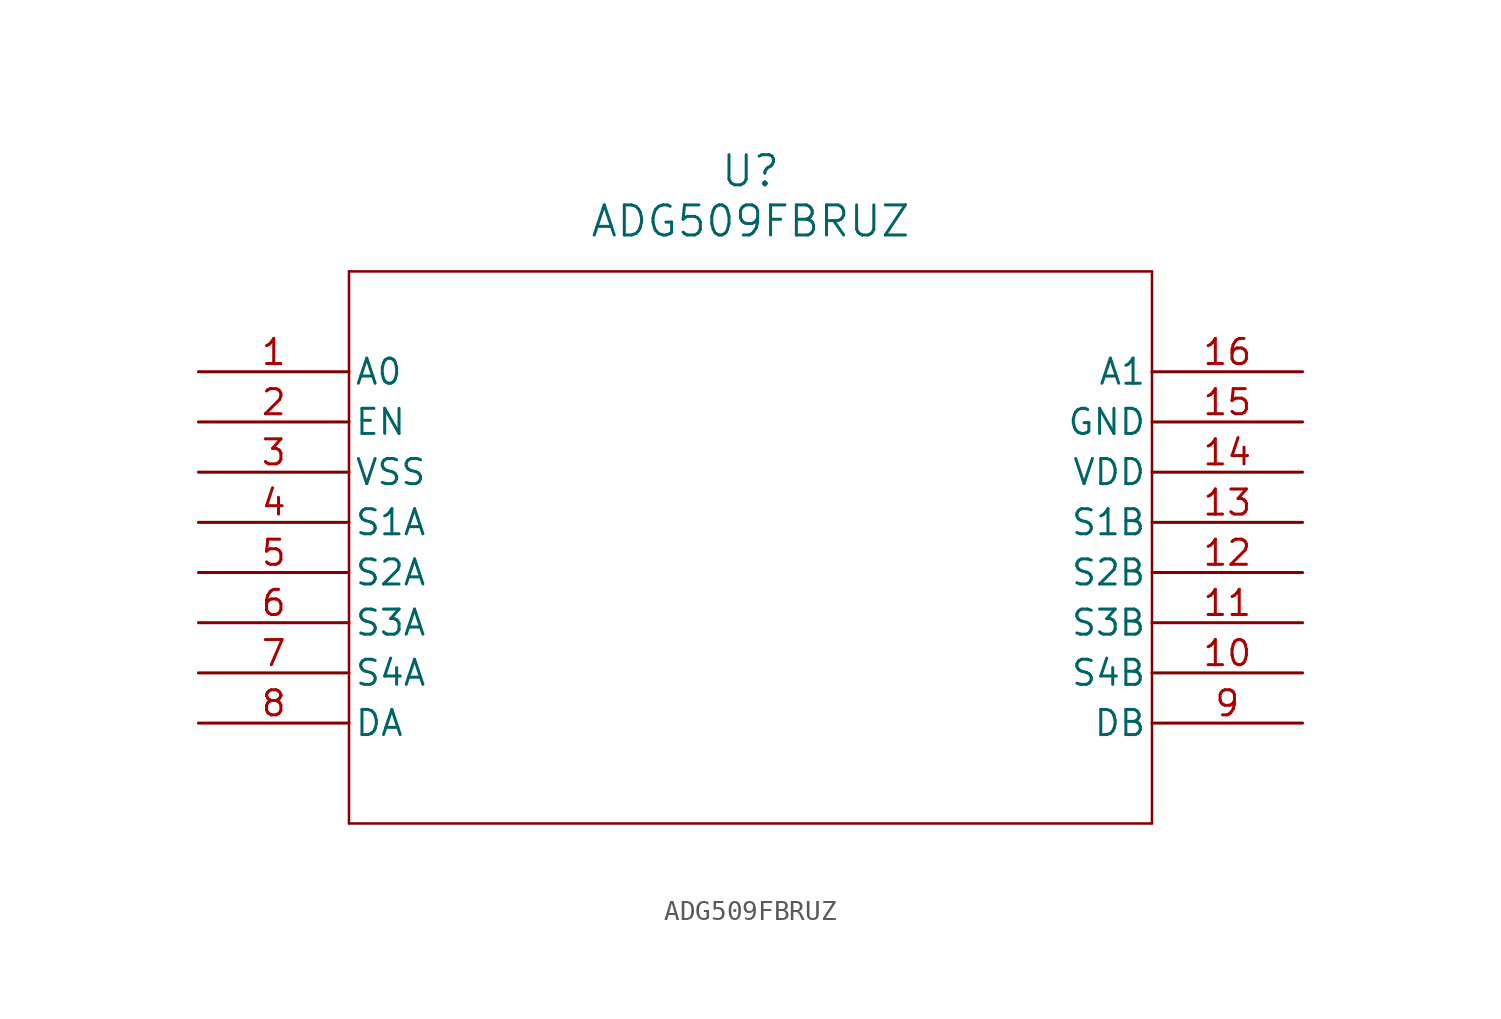
<source format=kicad_sym>
(kicad_symbol_lib
  (version 20211014)
  (generator kicad_symbol_editor)
  (symbol "ADG509FBRUZ"
    (pin_names
      (offset 0.254))
    (property "Reference" "U"
      (at 27.94 10.16 0)
      (effects (font (size 1.524 1.524))))
    (property "Value" "ADG509FBRUZ"
      (at 27.94 7.62 0)
      (effects (font (size 1.524 1.524))))
    (symbol "ADG509FBRUZ_0_1"
      (polyline (pts (xy 7.62 5.08) (xy 7.62 -22.86)) (stroke (width 0.127) (type default) (color 0 0 0 0)) (fill (type none)))
      (polyline (pts (xy 7.62 -22.86) (xy 48.26 -22.86)) (stroke (width 0.127) (type default) (color 0 0 0 0)) (fill (type none)))
      (polyline (pts (xy 48.26 -22.86) (xy 48.26 5.08)) (stroke (width 0.127) (type default) (color 0 0 0 0)) (fill (type none)))
      (polyline (pts (xy 48.26 5.08) (xy 7.62 5.08)) (stroke (width 0.127) (type default) (color 0 0 0 0)) (fill (type none)))
      (pin unspecified line (at 0 0 0) (length 7.62) (name "A0" (effects (font (size 1.27 1.27)))) (number "1" (effects (font (size 1.27 1.27)))))
      (pin unspecified line (at 0 -2.54 0) (length 7.62) (name "EN" (effects (font (size 1.27 1.27)))) (number "2" (effects (font (size 1.27 1.27)))))
      (pin power_in line (at 0 -5.08 0) (length 7.62) (name "VSS" (effects (font (size 1.27 1.27)))) (number "3" (effects (font (size 1.27 1.27)))))
      (pin unspecified line (at 0 -7.62 0) (length 7.62) (name "S1A" (effects (font (size 1.27 1.27)))) (number "4" (effects (font (size 1.27 1.27)))))
      (pin unspecified line (at 0 -10.16 0) (length 7.62) (name "S2A" (effects (font (size 1.27 1.27)))) (number "5" (effects (font (size 1.27 1.27)))))
      (pin unspecified line (at 0 -12.7 0) (length 7.62) (name "S3A" (effects (font (size 1.27 1.27)))) (number "6" (effects (font (size 1.27 1.27)))))
      (pin unspecified line (at 0 -15.24 0) (length 7.62) (name "S4A" (effects (font (size 1.27 1.27)))) (number "7" (effects (font (size 1.27 1.27)))))
      (pin unspecified line (at 0 -17.78 0) (length 7.62) (name "DA" (effects (font (size 1.27 1.27)))) (number "8" (effects (font (size 1.27 1.27)))))
      (pin unspecified line (at 55.88 -17.78 180) (length 7.62) (name "DB" (effects (font (size 1.27 1.27)))) (number "9" (effects (font (size 1.27 1.27)))))
      (pin unspecified line (at 55.88 -15.24 180) (length 7.62) (name "S4B" (effects (font (size 1.27 1.27)))) (number "10" (effects (font (size 1.27 1.27)))))
      (pin unspecified line (at 55.88 -12.7 180) (length 7.62) (name "S3B" (effects (font (size 1.27 1.27)))) (number "11" (effects (font (size 1.27 1.27)))))
      (pin unspecified line (at 55.88 -10.16 180) (length 7.62) (name "S2B" (effects (font (size 1.27 1.27)))) (number "12" (effects (font (size 1.27 1.27)))))
      (pin unspecified line (at 55.88 -7.62 180) (length 7.62) (name "S1B" (effects (font (size 1.27 1.27)))) (number "13" (effects (font (size 1.27 1.27)))))
      (pin power_in line (at 55.88 -5.08 180) (length 7.62) (name "VDD" (effects (font (size 1.27 1.27)))) (number "14" (effects (font (size 1.27 1.27)))))
      (pin unspecified line (at 55.88 -2.54 180) (length 7.62) (name "GND" (effects (font (size 1.27 1.27)))) (number "15" (effects (font (size 1.27 1.27)))))
      (pin unspecified line (at 55.88 0 180) (length 7.62) (name "A1" (effects (font (size 1.27 1.27)))) (number "16" (effects (font (size 1.27 1.27))))))))
</source>
